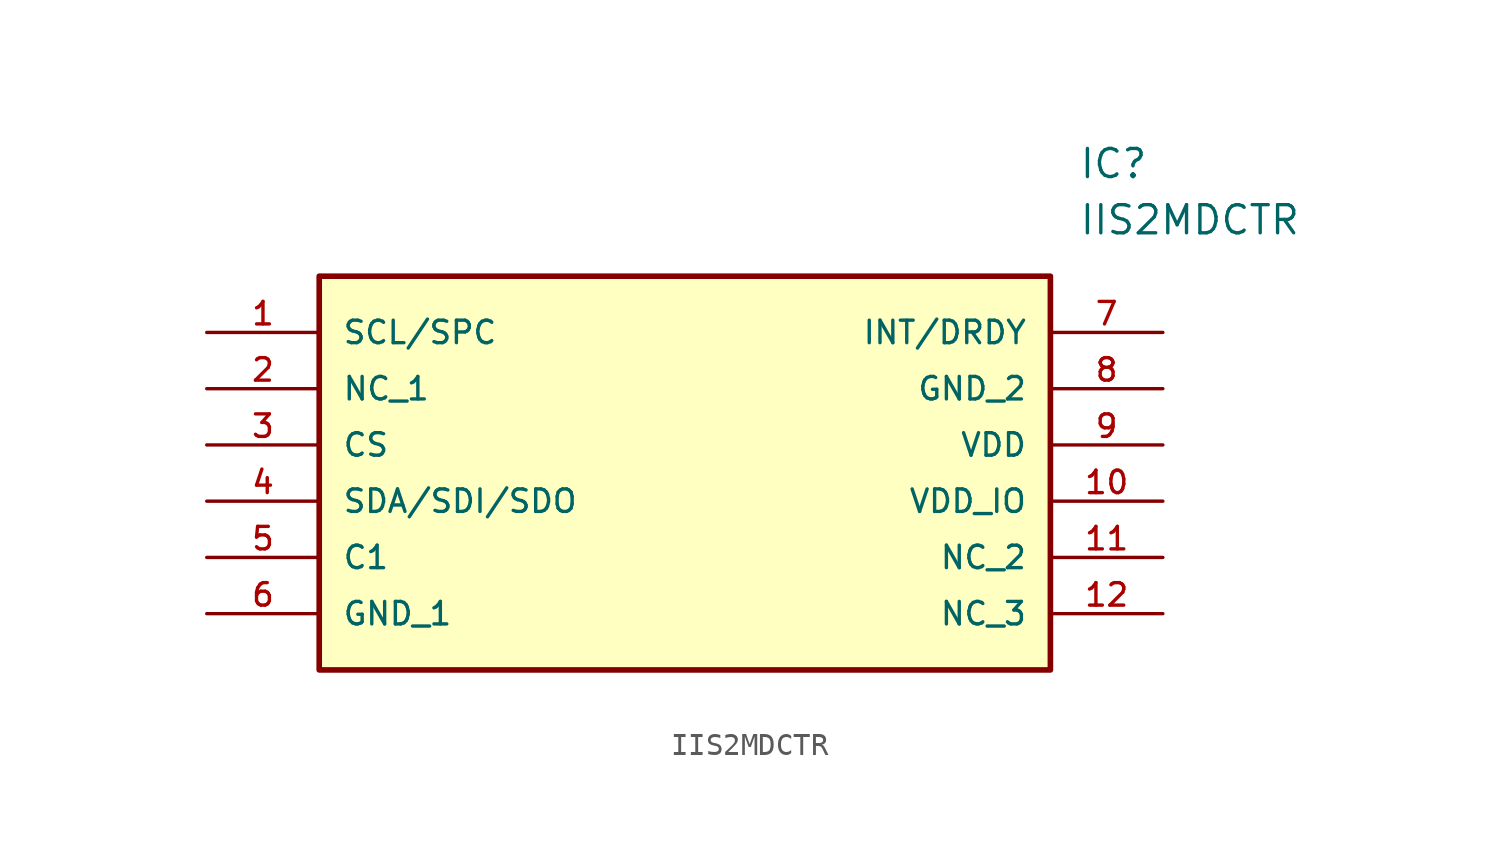
<source format=kicad_sym>
(kicad_symbol_lib
  (version 20211014)
  (generator kicad_symbol_editor)
  (symbol "IIS2MDCTR"
    (pin_names
      (offset 1.016))
    (property "Reference" "IC"
      (at 39.37 7.62 0)
      (effects (font (size 1.27 1.27)) (justify left)))
    (property "Value" "IIS2MDCTR"
      (at 39.37 5.08 0)
      (effects (font (size 1.27 1.27)) (justify left)))
    (symbol "IIS2MDCTR_0_0"
      (rectangle (start 5.08 -15.24) (end 38.1 2.54) (stroke (width 0.254)) (fill (type background)))
      (pin bidirectional line (at 0.0 0.0 0) (length 5.08) (name "SCL/SPC" (effects (font (size 1.016 1.016)))) (number "1" (effects (font (size 1.016 1.016)))))
      (pin bidirectional line (at 0.0 -2.54 0) (length 5.08) (name "NC_1" (effects (font (size 1.016 1.016)))) (number "2" (effects (font (size 1.016 1.016)))))
      (pin bidirectional line (at 0.0 -5.08 0) (length 5.08) (name "CS" (effects (font (size 1.016 1.016)))) (number "3" (effects (font (size 1.016 1.016)))))
      (pin bidirectional line (at 0.0 -7.62 0) (length 5.08) (name "SDA/SDI/SDO" (effects (font (size 1.016 1.016)))) (number "4" (effects (font (size 1.016 1.016)))))
      (pin bidirectional line (at 0.0 -10.16 0) (length 5.08) (name "C1" (effects (font (size 1.016 1.016)))) (number "5" (effects (font (size 1.016 1.016)))))
      (pin bidirectional line (at 0.0 -12.7 0) (length 5.08) (name "GND_1" (effects (font (size 1.016 1.016)))) (number "6" (effects (font (size 1.016 1.016)))))
      (pin bidirectional line (at 43.18 0.0 180.0) (length 5.08) (name "INT/DRDY" (effects (font (size 1.016 1.016)))) (number "7" (effects (font (size 1.016 1.016)))))
      (pin bidirectional line (at 43.18 -2.54 180.0) (length 5.08) (name "GND_2" (effects (font (size 1.016 1.016)))) (number "8" (effects (font (size 1.016 1.016)))))
      (pin bidirectional line (at 43.18 -5.08 180.0) (length 5.08) (name "VDD" (effects (font (size 1.016 1.016)))) (number "9" (effects (font (size 1.016 1.016)))))
      (pin bidirectional line (at 43.18 -7.62 180.0) (length 5.08) (name "VDD_IO" (effects (font (size 1.016 1.016)))) (number "10" (effects (font (size 1.016 1.016)))))
      (pin bidirectional line (at 43.18 -10.16 180.0) (length 5.08) (name "NC_2" (effects (font (size 1.016 1.016)))) (number "11" (effects (font (size 1.016 1.016)))))
      (pin bidirectional line (at 43.18 -12.7 180.0) (length 5.08) (name "NC_3" (effects (font (size 1.016 1.016)))) (number "12" (effects (font (size 1.016 1.016))))))))
</source>
